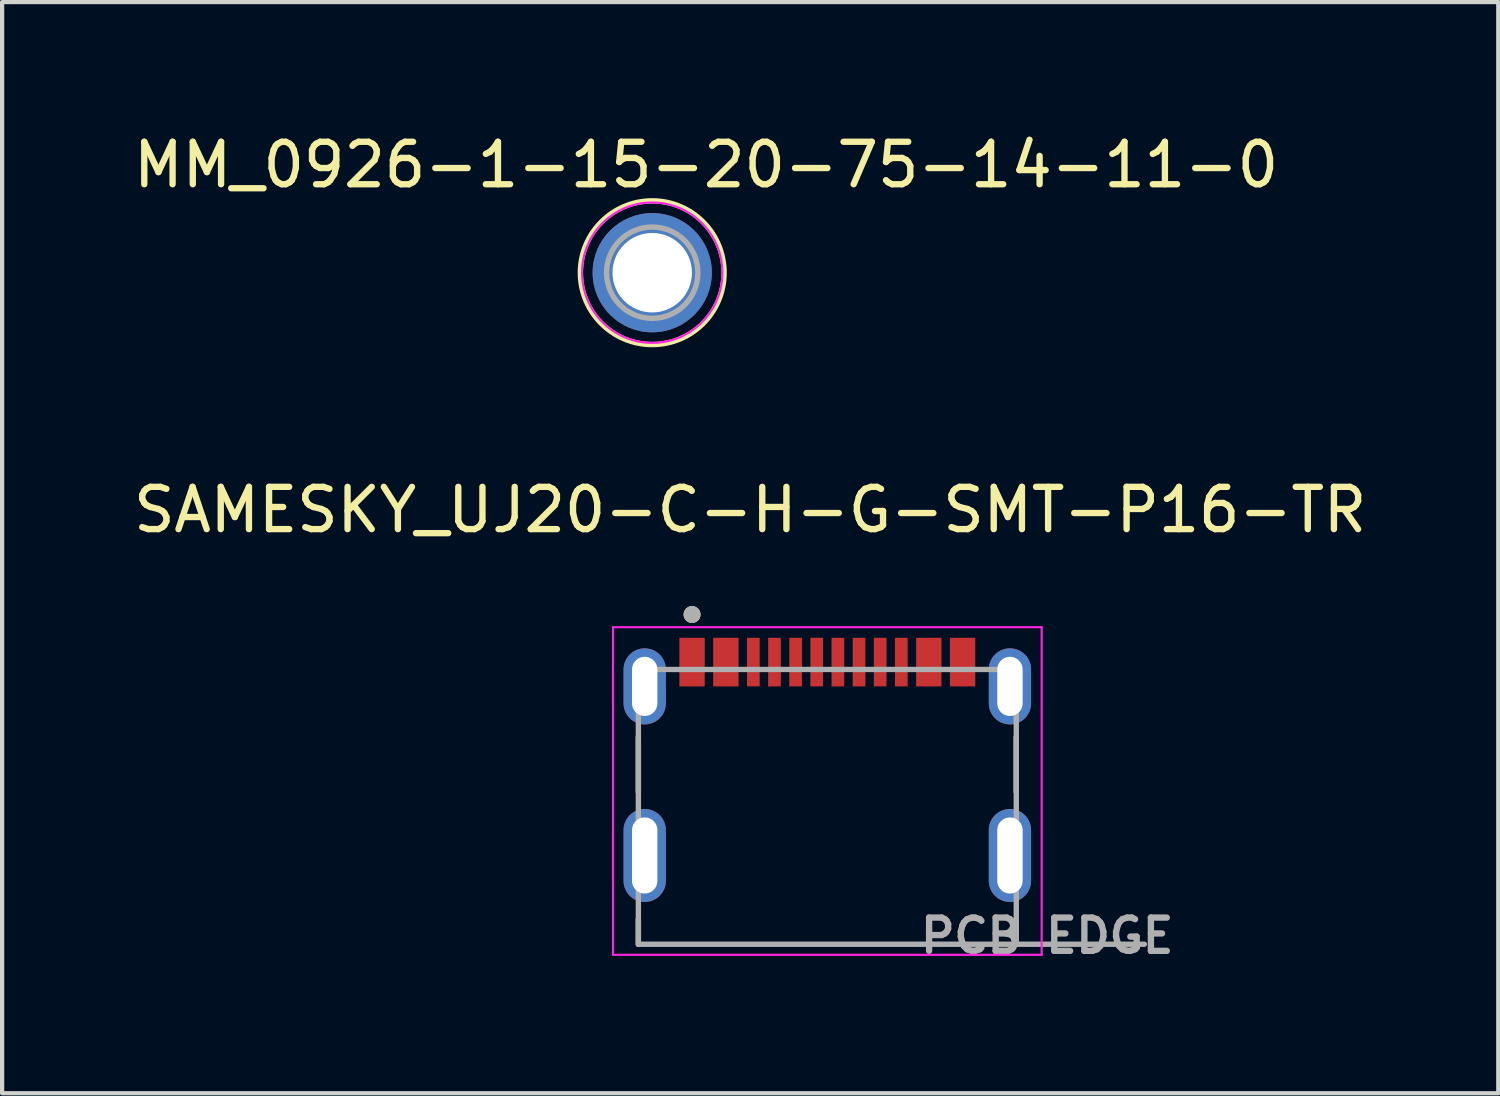
<source format=kicad_pcb>
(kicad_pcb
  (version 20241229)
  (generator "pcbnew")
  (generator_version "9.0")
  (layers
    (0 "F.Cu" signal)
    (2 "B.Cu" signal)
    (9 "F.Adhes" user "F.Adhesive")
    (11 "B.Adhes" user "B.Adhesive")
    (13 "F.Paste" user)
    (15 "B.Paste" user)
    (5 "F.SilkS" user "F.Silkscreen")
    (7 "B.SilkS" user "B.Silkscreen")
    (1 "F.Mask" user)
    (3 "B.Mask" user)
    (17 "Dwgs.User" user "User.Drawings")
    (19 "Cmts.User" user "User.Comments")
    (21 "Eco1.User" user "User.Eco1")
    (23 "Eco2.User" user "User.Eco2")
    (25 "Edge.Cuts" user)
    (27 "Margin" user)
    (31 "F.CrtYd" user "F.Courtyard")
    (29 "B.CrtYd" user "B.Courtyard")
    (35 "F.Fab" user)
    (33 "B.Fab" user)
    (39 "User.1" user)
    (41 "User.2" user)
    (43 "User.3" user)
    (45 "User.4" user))
  (footprint "SAMESKY_UJ20-C-H-G-SMT-P16-TR"
    (layer "F.Cu")
    (at 16.521 17.187)
    (property "Reference" "SAMESKY_UJ20-C-H-G-SMT-P16-TR" (at -1.825 -8.175 0) (layer "F.SilkS") (effects (font (size 1 1) (thickness 0.15))))
    (attr smd)
    (fp_line (start -4.47 -2.8) (end -4.47 -1.5) (stroke (width 0.127) (type solid)) (layer "F.SilkS"))
    (fp_line (start -4.47 2.1) (end -4.47 1.5) (stroke (width 0.127) (type solid)) (layer "F.SilkS"))
    (fp_line (start 4.47 -2.8) (end 4.47 -1.5) (stroke (width 0.127) (type solid)) (layer "F.SilkS"))
    (fp_line (start 4.47 2.1) (end 4.47 1.5) (stroke (width 0.127) (type solid)) (layer "F.SilkS"))
    (fp_circle (center -3.2 -5.7) (end -3.1 -5.7) (stroke (width 0.2) (type solid)) (fill no) (layer "F.SilkS"))
    (fp_line (start -5.07 -5.4) (end -5.07 2.35) (stroke (width 0.05) (type solid)) (layer "F.CrtYd"))
    (fp_line (start -5.07 2.35) (end 5.07 2.35) (stroke (width 0.05) (type solid)) (layer "F.CrtYd"))
    (fp_line (start 5.07 -5.4) (end -5.07 -5.4) (stroke (width 0.05) (type solid)) (layer "F.CrtYd"))
    (fp_line (start 5.07 2.35) (end 5.07 -5.4) (stroke (width 0.05) (type solid)) (layer "F.CrtYd"))
    (fp_line (start -4.47 -4.4) (end -4.47 2.1) (stroke (width 0.127) (type solid)) (layer "F.Fab"))
    (fp_line (start -4.47 2.1) (end 4.47 2.1) (stroke (width 0.127) (type solid)) (layer "F.Fab"))
    (fp_line (start 4.47 -4.4) (end -4.47 -4.4) (stroke (width 0.127) (type solid)) (layer "F.Fab"))
    (fp_line (start 4.47 2.1) (end 4.47 -4.4) (stroke (width 0.127) (type solid)) (layer "F.Fab"))
    (fp_line (start 4.47 2.1) (end 7.5 2.1) (stroke (width 0.127) (type solid)) (layer "F.Fab"))
    (fp_circle (center -3.2 -5.7) (end -3.1 -5.7) (stroke (width 0.2) (type solid)) (fill no) (layer "F.Fab"))
    (fp_text user "PCB EDGE" (at 5.2 1.9 0) (layer "F.Fab") (effects (font (size 0.787 0.787) (thickness 0.15))))
    (pad "A1_B12" smd rect (at -3.2 -4.575) (size 0.6 1.15) (layers "F.Cu" "F.Mask" "F.Paste"))
    (pad "A4_B9" smd rect (at -2.4 -4.575) (size 0.6 1.15) (layers "F.Cu" "F.Mask" "F.Paste"))
    (pad "A5" smd rect (at -1.25 -4.575) (size 0.3 1.15) (layers "F.Cu" "F.Mask" "F.Paste"))
    (pad "A6" smd rect (at -0.25 -4.575) (size 0.3 1.15) (layers "F.Cu" "F.Mask" "F.Paste"))
    (pad "A7" smd rect (at 0.25 -4.575) (size 0.3 1.15) (layers "F.Cu" "F.Mask" "F.Paste"))
    (pad "A8" smd rect (at 1.25 -4.575) (size 0.3 1.15) (layers "F.Cu" "F.Mask" "F.Paste"))
    (pad "A9_B4" smd rect (at 2.4 -4.575) (size 0.6 1.15) (layers "F.Cu" "F.Mask" "F.Paste"))
    (pad "A12_B1" smd rect (at 3.2 -4.575) (size 0.6 1.15) (layers "F.Cu" "F.Mask" "F.Paste"))
    (pad "B5" smd rect (at 1.75 -4.575) (size 0.3 1.15) (layers "F.Cu" "F.Mask" "F.Paste"))
    (pad "B6" smd rect (at 0.75 -4.575) (size 0.3 1.15) (layers "F.Cu" "F.Mask" "F.Paste"))
    (pad "B7" smd rect (at -0.75 -4.575) (size 0.3 1.15) (layers "F.Cu" "F.Mask" "F.Paste"))
    (pad "B8" smd rect (at -1.75 -4.575) (size 0.3 1.15) (layers "F.Cu" "F.Mask" "F.Paste"))
    (pad "SH1" thru_hole oval (at -4.32 -4) (size 1 1.8) (drill oval 0.6 1.4) (layers "*.Cu" "*.Mask"))
    (pad "SH2" thru_hole oval (at -4.32 0) (size 1 2.2) (drill oval 0.6 1.8) (layers "*.Cu" "*.Mask"))
    (pad "SH3" thru_hole oval (at 4.32 -4) (size 1 1.8) (drill oval 0.6 1.4) (layers "*.Cu" "*.Mask"))
    (pad "SH4" thru_hole oval (at 4.32 0) (size 1 2.2) (drill oval 0.6 1.8) (layers "*.Cu" "*.Mask")))
  (footprint "MM_0926-1-15-20-75-14-11-0"
    (layer "F.Cu")
    (at 12.379 3.401)
    (property "Reference" "MM_0926-1-15-20-75-14-11-0" (at 1.275 -2.55 0) (layer "F.SilkS") (effects (font (size 1.004 1.004) (thickness 0.15))))
    (attr through_hole)
    (fp_circle (center 0 0) (end 1.7 0) (stroke (width 0.127) (type solid)) (fill no) (layer "F.SilkS"))
    (fp_circle (center 0 0) (end 1.66 0) (stroke (width 0.05) (type solid)) (fill no) (layer "F.CrtYd"))
    (fp_circle (center 0 0) (end 1.08 0) (stroke (width 0.127) (type solid)) (fill no) (layer "F.Fab"))
    (pad "1" thru_hole circle (at 0 0) (size 2.82 2.82) (drill 1.88) (layers "*.Cu" "*.Mask")))
  (gr_rect
    (start -3 -3)
    (end 32.393 22.811)
    (stroke (width 0.1) (type default))
    (fill no)
    (layer "Edge.Cuts")))
</source>
